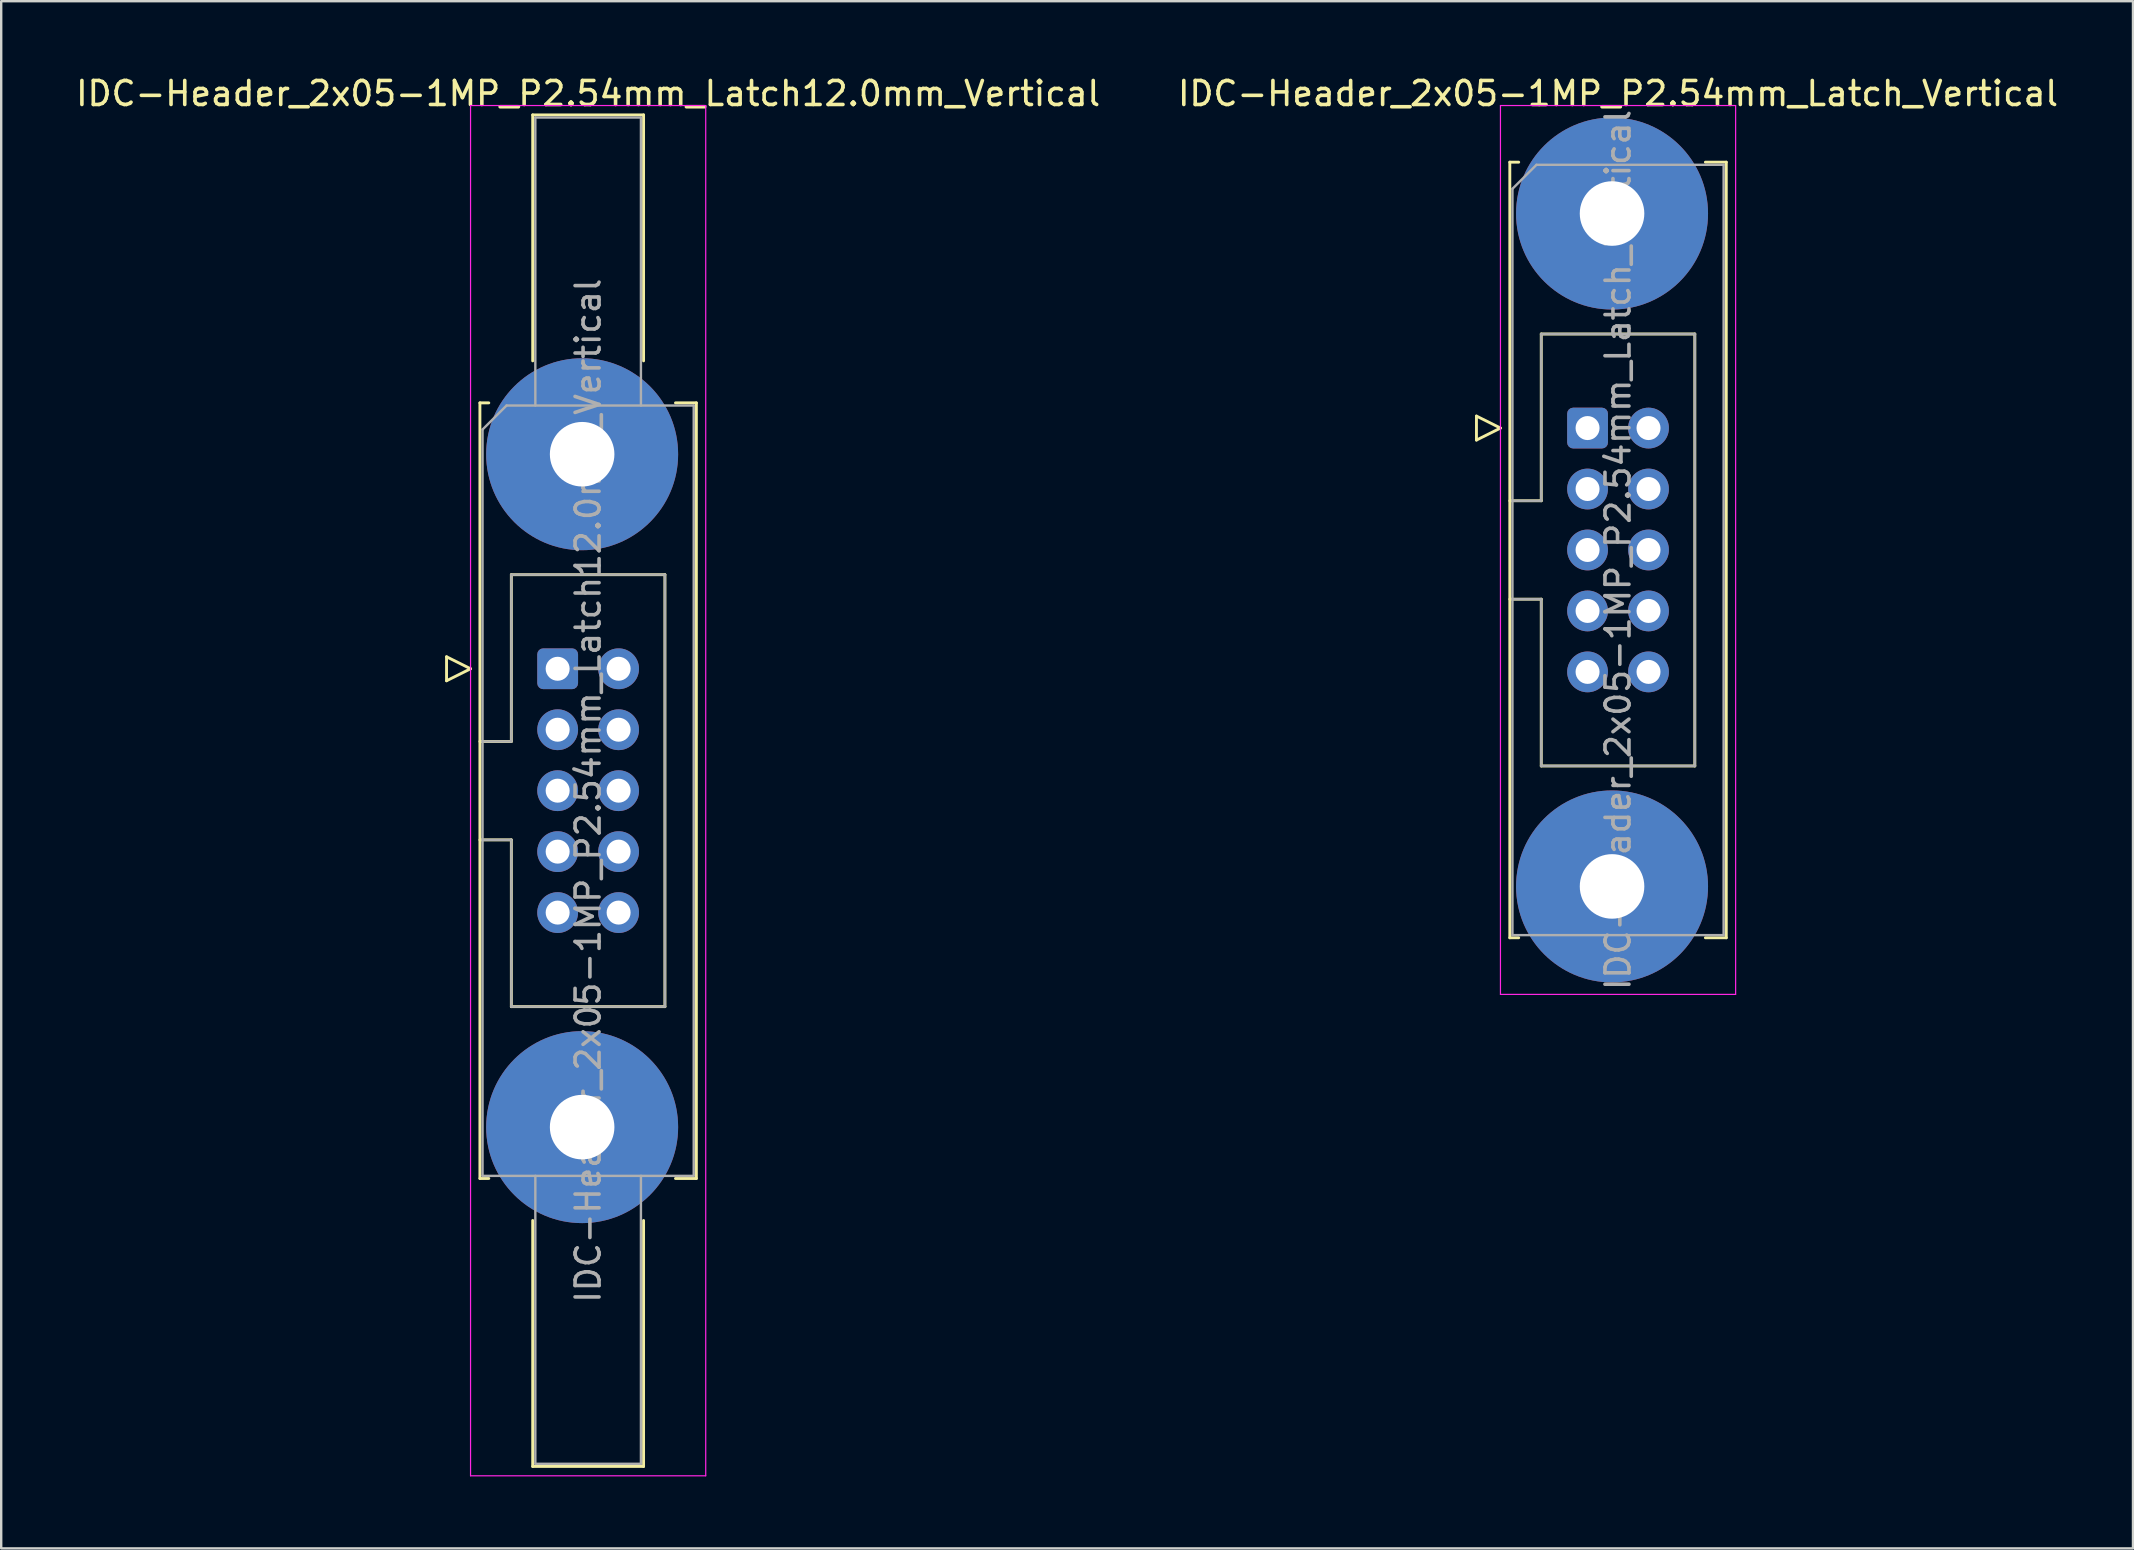
<source format=kicad_pcb>
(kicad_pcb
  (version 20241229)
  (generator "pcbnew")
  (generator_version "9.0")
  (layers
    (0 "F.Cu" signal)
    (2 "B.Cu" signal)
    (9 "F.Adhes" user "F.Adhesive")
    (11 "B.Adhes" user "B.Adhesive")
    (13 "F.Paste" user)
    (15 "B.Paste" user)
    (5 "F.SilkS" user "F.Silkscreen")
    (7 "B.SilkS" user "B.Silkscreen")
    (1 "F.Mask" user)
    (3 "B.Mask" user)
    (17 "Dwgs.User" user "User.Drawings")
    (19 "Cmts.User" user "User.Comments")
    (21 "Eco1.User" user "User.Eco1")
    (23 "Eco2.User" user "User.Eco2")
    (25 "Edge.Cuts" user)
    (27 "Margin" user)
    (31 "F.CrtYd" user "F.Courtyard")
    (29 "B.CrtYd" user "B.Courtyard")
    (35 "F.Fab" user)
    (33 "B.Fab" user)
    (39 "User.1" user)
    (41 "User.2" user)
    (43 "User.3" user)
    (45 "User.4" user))
  (footprint "IDC-Header_2x05-1MP_P2.54mm_Latch12.0mm_Vertical"
    (layer "F.Cu")
    (at 20.188 24.818)
    (property "Reference" "IDC-Header_2x05-1MP_P2.54mm_Latch12.0mm_Vertical" (at 1.27 -23.97 0) (layer "F.SilkS") (effects (font (size 1 1) (thickness 0.15))))
    (attr through_hole)
    (fp_line (start -4.63 -0.5) (end -4.63 0.5) (stroke (width 0.12) (type solid)) (layer "F.SilkS"))
    (fp_line (start -4.63 0.5) (end -3.63 0) (stroke (width 0.12) (type solid)) (layer "F.SilkS"))
    (fp_line (start -3.63 0) (end -4.63 -0.5) (stroke (width 0.12) (type solid)) (layer "F.SilkS"))
    (fp_line (start -3.24 -11.08) (end -3.24 21.24) (stroke (width 0.12) (type solid)) (layer "F.SilkS"))
    (fp_line (start -3.24 3.03) (end -1.93 3.03) (stroke (width 0.12) (type solid)) (layer "F.SilkS"))
    (fp_line (start -3.24 21.24) (end -2.87 21.24) (stroke (width 0.12) (type solid)) (layer "F.SilkS"))
    (fp_line (start -2.87 -11.08) (end -3.24 -11.08) (stroke (width 0.12) (type solid)) (layer "F.SilkS"))
    (fp_line (start -1.93 -3.92) (end 4.47 -3.92) (stroke (width 0.12) (type solid)) (layer "F.SilkS"))
    (fp_line (start -1.93 3.03) (end -1.93 -3.92) (stroke (width 0.12) (type solid)) (layer "F.SilkS"))
    (fp_line (start -1.93 7.13) (end -3.24 7.13) (stroke (width 0.12) (type solid)) (layer "F.SilkS"))
    (fp_line (start -1.93 14.08) (end -1.93 7.13) (stroke (width 0.12) (type solid)) (layer "F.SilkS"))
    (fp_line (start -1.04 -23.08) (end 3.58 -23.08) (stroke (width 0.12) (type solid)) (layer "F.SilkS"))
    (fp_line (start -1.04 -12.83) (end -1.04 -23.08) (stroke (width 0.12) (type solid)) (layer "F.SilkS"))
    (fp_line (start -1.04 22.99) (end -1.04 33.24) (stroke (width 0.12) (type solid)) (layer "F.SilkS"))
    (fp_line (start -1.04 33.24) (end 3.58 33.24) (stroke (width 0.12) (type solid)) (layer "F.SilkS"))
    (fp_line (start 3.58 -23.08) (end 3.58 -12.83) (stroke (width 0.12) (type solid)) (layer "F.SilkS"))
    (fp_line (start 3.58 33.24) (end 3.58 22.99) (stroke (width 0.12) (type solid)) (layer "F.SilkS"))
    (fp_line (start 4.47 -3.92) (end 4.47 14.08) (stroke (width 0.12) (type solid)) (layer "F.SilkS"))
    (fp_line (start 4.47 14.08) (end -1.93 14.08) (stroke (width 0.12) (type solid)) (layer "F.SilkS"))
    (fp_line (start 4.91 -11.08) (end 5.78 -11.08) (stroke (width 0.12) (type solid)) (layer "F.SilkS"))
    (fp_line (start 5.78 -11.08) (end 5.78 21.24) (stroke (width 0.12) (type solid)) (layer "F.SilkS"))
    (fp_line (start 5.78 21.24) (end 4.91 21.24) (stroke (width 0.12) (type solid)) (layer "F.SilkS"))
    (fp_line (start -3.63 -23.47) (end -3.63 33.63) (stroke (width 0.05) (type solid)) (layer "F.CrtYd"))
    (fp_line (start -3.63 33.63) (end 6.17 33.63) (stroke (width 0.05) (type solid)) (layer "F.CrtYd"))
    (fp_line (start 6.17 -23.47) (end -3.63 -23.47) (stroke (width 0.05) (type solid)) (layer "F.CrtYd"))
    (fp_line (start 6.17 33.63) (end 6.17 -23.47) (stroke (width 0.05) (type solid)) (layer "F.CrtYd"))
    (fp_line (start -3.13 -9.97) (end -2.13 -10.97) (stroke (width 0.1) (type solid)) (layer "F.Fab"))
    (fp_line (start -3.13 3.03) (end -1.93 3.03) (stroke (width 0.1) (type solid)) (layer "F.Fab"))
    (fp_line (start -3.13 21.13) (end -3.13 -9.97) (stroke (width 0.1) (type solid)) (layer "F.Fab"))
    (fp_line (start -2.13 -10.97) (end 5.67 -10.97) (stroke (width 0.1) (type solid)) (layer "F.Fab"))
    (fp_line (start -1.93 -3.92) (end 4.47 -3.92) (stroke (width 0.1) (type solid)) (layer "F.Fab"))
    (fp_line (start -1.93 3.03) (end -1.93 -3.92) (stroke (width 0.1) (type solid)) (layer "F.Fab"))
    (fp_line (start -1.93 7.13) (end -3.13 7.13) (stroke (width 0.1) (type solid)) (layer "F.Fab"))
    (fp_line (start -1.93 14.08) (end -1.93 7.13) (stroke (width 0.1) (type solid)) (layer "F.Fab"))
    (fp_line (start -0.93 -22.97) (end 3.47 -22.97) (stroke (width 0.1) (type solid)) (layer "F.Fab"))
    (fp_line (start -0.93 -10.97) (end -0.93 -22.97) (stroke (width 0.1) (type solid)) (layer "F.Fab"))
    (fp_line (start -0.93 21.13) (end -0.93 33.13) (stroke (width 0.1) (type solid)) (layer "F.Fab"))
    (fp_line (start -0.93 33.13) (end 3.47 33.13) (stroke (width 0.1) (type solid)) (layer "F.Fab"))
    (fp_line (start 3.47 -22.97) (end 3.47 -10.97) (stroke (width 0.1) (type solid)) (layer "F.Fab"))
    (fp_line (start 3.47 33.13) (end 3.47 21.13) (stroke (width 0.1) (type solid)) (layer "F.Fab"))
    (fp_line (start 4.47 -3.92) (end 4.47 14.08) (stroke (width 0.1) (type solid)) (layer "F.Fab"))
    (fp_line (start 4.47 14.08) (end -1.93 14.08) (stroke (width 0.1) (type solid)) (layer "F.Fab"))
    (fp_line (start 5.67 -10.97) (end 5.67 21.13) (stroke (width 0.1) (type solid)) (layer "F.Fab"))
    (fp_line (start 5.67 21.13) (end -3.13 21.13) (stroke (width 0.1) (type solid)) (layer "F.Fab"))
    (fp_text user "${REFERENCE}" (at 1.27 5.08 90) (layer "F.Fab") (effects (font (size 1 1) (thickness 0.15))))
    (pad "1" thru_hole roundrect (at 0 0) (size 1.7 1.7) (drill 1) (layers "*.Cu" "*.Mask") (roundrect_rratio 0.147))
    (pad "2" thru_hole circle (at 2.54 0) (size 1.7 1.7) (drill 1) (layers "*.Cu" "*.Mask"))
    (pad "3" thru_hole circle (at 0 2.54) (size 1.7 1.7) (drill 1) (layers "*.Cu" "*.Mask"))
    (pad "4" thru_hole circle (at 2.54 2.54) (size 1.7 1.7) (drill 1) (layers "*.Cu" "*.Mask"))
    (pad "5" thru_hole circle (at 0 5.08) (size 1.7 1.7) (drill 1) (layers "*.Cu" "*.Mask"))
    (pad "6" thru_hole circle (at 2.54 5.08) (size 1.7 1.7) (drill 1) (layers "*.Cu" "*.Mask"))
    (pad "7" thru_hole circle (at 0 7.62) (size 1.7 1.7) (drill 1) (layers "*.Cu" "*.Mask"))
    (pad "8" thru_hole circle (at 2.54 7.62) (size 1.7 1.7) (drill 1) (layers "*.Cu" "*.Mask"))
    (pad "9" thru_hole circle (at 0 10.16) (size 1.7 1.7) (drill 1) (layers "*.Cu" "*.Mask"))
    (pad "10" thru_hole circle (at 2.54 10.16) (size 1.7 1.7) (drill 1) (layers "*.Cu" "*.Mask"))
    (pad "MP" thru_hole circle (at 1.02 -8.94) (size 8 8) (drill 2.69) (layers "*.Cu" "*.Mask"))
    (pad "MP" thru_hole circle (at 1.02 19.1) (size 8 8) (drill 2.69) (layers "*.Cu" "*.Mask")))
  (footprint "IDC-Header_2x05-1MP_P2.54mm_Latch_Vertical"
    (layer "F.Cu")
    (at 63.105 14.788)
    (property "Reference" "IDC-Header_2x05-1MP_P2.54mm_Latch_Vertical" (at 1.27 -13.94 0) (layer "F.SilkS") (effects (font (size 1 1) (thickness 0.15))))
    (attr through_hole)
    (fp_line (start -4.63 -0.5) (end -4.63 0.5) (stroke (width 0.12) (type solid)) (layer "F.SilkS"))
    (fp_line (start -4.63 0.5) (end -3.63 0) (stroke (width 0.12) (type solid)) (layer "F.SilkS"))
    (fp_line (start -3.63 0) (end -4.63 -0.5) (stroke (width 0.12) (type solid)) (layer "F.SilkS"))
    (fp_line (start -3.24 -11.08) (end -3.24 21.24) (stroke (width 0.12) (type solid)) (layer "F.SilkS"))
    (fp_line (start -3.24 3.03) (end -1.93 3.03) (stroke (width 0.12) (type solid)) (layer "F.SilkS"))
    (fp_line (start -3.24 21.24) (end -2.87 21.24) (stroke (width 0.12) (type solid)) (layer "F.SilkS"))
    (fp_line (start -2.87 -11.08) (end -3.24 -11.08) (stroke (width 0.12) (type solid)) (layer "F.SilkS"))
    (fp_line (start -1.93 -3.92) (end 4.47 -3.92) (stroke (width 0.12) (type solid)) (layer "F.SilkS"))
    (fp_line (start -1.93 3.03) (end -1.93 -3.92) (stroke (width 0.12) (type solid)) (layer "F.SilkS"))
    (fp_line (start -1.93 7.13) (end -3.24 7.13) (stroke (width 0.12) (type solid)) (layer "F.SilkS"))
    (fp_line (start -1.93 14.08) (end -1.93 7.13) (stroke (width 0.12) (type solid)) (layer "F.SilkS"))
    (fp_line (start 4.47 -3.92) (end 4.47 14.08) (stroke (width 0.12) (type solid)) (layer "F.SilkS"))
    (fp_line (start 4.47 14.08) (end -1.93 14.08) (stroke (width 0.12) (type solid)) (layer "F.SilkS"))
    (fp_line (start 4.91 -11.08) (end 5.78 -11.08) (stroke (width 0.12) (type solid)) (layer "F.SilkS"))
    (fp_line (start 5.78 -11.08) (end 5.78 21.24) (stroke (width 0.12) (type solid)) (layer "F.SilkS"))
    (fp_line (start 5.78 21.24) (end 4.91 21.24) (stroke (width 0.12) (type solid)) (layer "F.SilkS"))
    (fp_line (start -3.63 -13.44) (end -3.63 23.6) (stroke (width 0.05) (type solid)) (layer "F.CrtYd"))
    (fp_line (start -3.63 23.6) (end 6.17 23.6) (stroke (width 0.05) (type solid)) (layer "F.CrtYd"))
    (fp_line (start 6.17 -13.44) (end -3.63 -13.44) (stroke (width 0.05) (type solid)) (layer "F.CrtYd"))
    (fp_line (start 6.17 23.6) (end 6.17 -13.44) (stroke (width 0.05) (type solid)) (layer "F.CrtYd"))
    (fp_line (start -3.13 -9.97) (end -2.13 -10.97) (stroke (width 0.1) (type solid)) (layer "F.Fab"))
    (fp_line (start -3.13 3.03) (end -1.93 3.03) (stroke (width 0.1) (type solid)) (layer "F.Fab"))
    (fp_line (start -3.13 21.13) (end -3.13 -9.97) (stroke (width 0.1) (type solid)) (layer "F.Fab"))
    (fp_line (start -2.13 -10.97) (end 5.67 -10.97) (stroke (width 0.1) (type solid)) (layer "F.Fab"))
    (fp_line (start -1.93 -3.92) (end 4.47 -3.92) (stroke (width 0.1) (type solid)) (layer "F.Fab"))
    (fp_line (start -1.93 3.03) (end -1.93 -3.92) (stroke (width 0.1) (type solid)) (layer "F.Fab"))
    (fp_line (start -1.93 7.13) (end -3.13 7.13) (stroke (width 0.1) (type solid)) (layer "F.Fab"))
    (fp_line (start -1.93 14.08) (end -1.93 7.13) (stroke (width 0.1) (type solid)) (layer "F.Fab"))
    (fp_line (start 4.47 -3.92) (end 4.47 14.08) (stroke (width 0.1) (type solid)) (layer "F.Fab"))
    (fp_line (start 4.47 14.08) (end -1.93 14.08) (stroke (width 0.1) (type solid)) (layer "F.Fab"))
    (fp_line (start 5.67 -10.97) (end 5.67 21.13) (stroke (width 0.1) (type solid)) (layer "F.Fab"))
    (fp_line (start 5.67 21.13) (end -3.13 21.13) (stroke (width 0.1) (type solid)) (layer "F.Fab"))
    (fp_text user "${REFERENCE}" (at 1.27 5.08 90) (layer "F.Fab") (effects (font (size 1 1) (thickness 0.15))))
    (pad "1" thru_hole roundrect (at 0 0) (size 1.7 1.7) (drill 1) (layers "*.Cu" "*.Mask") (roundrect_rratio 0.147))
    (pad "2" thru_hole circle (at 2.54 0) (size 1.7 1.7) (drill 1) (layers "*.Cu" "*.Mask"))
    (pad "3" thru_hole circle (at 0 2.54) (size 1.7 1.7) (drill 1) (layers "*.Cu" "*.Mask"))
    (pad "4" thru_hole circle (at 2.54 2.54) (size 1.7 1.7) (drill 1) (layers "*.Cu" "*.Mask"))
    (pad "5" thru_hole circle (at 0 5.08) (size 1.7 1.7) (drill 1) (layers "*.Cu" "*.Mask"))
    (pad "6" thru_hole circle (at 2.54 5.08) (size 1.7 1.7) (drill 1) (layers "*.Cu" "*.Mask"))
    (pad "7" thru_hole circle (at 0 7.62) (size 1.7 1.7) (drill 1) (layers "*.Cu" "*.Mask"))
    (pad "8" thru_hole circle (at 2.54 7.62) (size 1.7 1.7) (drill 1) (layers "*.Cu" "*.Mask"))
    (pad "9" thru_hole circle (at 0 10.16) (size 1.7 1.7) (drill 1) (layers "*.Cu" "*.Mask"))
    (pad "10" thru_hole circle (at 2.54 10.16) (size 1.7 1.7) (drill 1) (layers "*.Cu" "*.Mask"))
    (pad "MP" thru_hole circle (at 1.02 -8.94) (size 8 8) (drill 2.69) (layers "*.Cu" "*.Mask"))
    (pad "MP" thru_hole circle (at 1.02 19.1) (size 8 8) (drill 2.69) (layers "*.Cu" "*.Mask")))
  (gr_rect
    (start -3 -3)
    (end 85.833 61.473)
    (stroke (width 0.1) (type default))
    (fill no)
    (layer "Edge.Cuts")))
</source>
